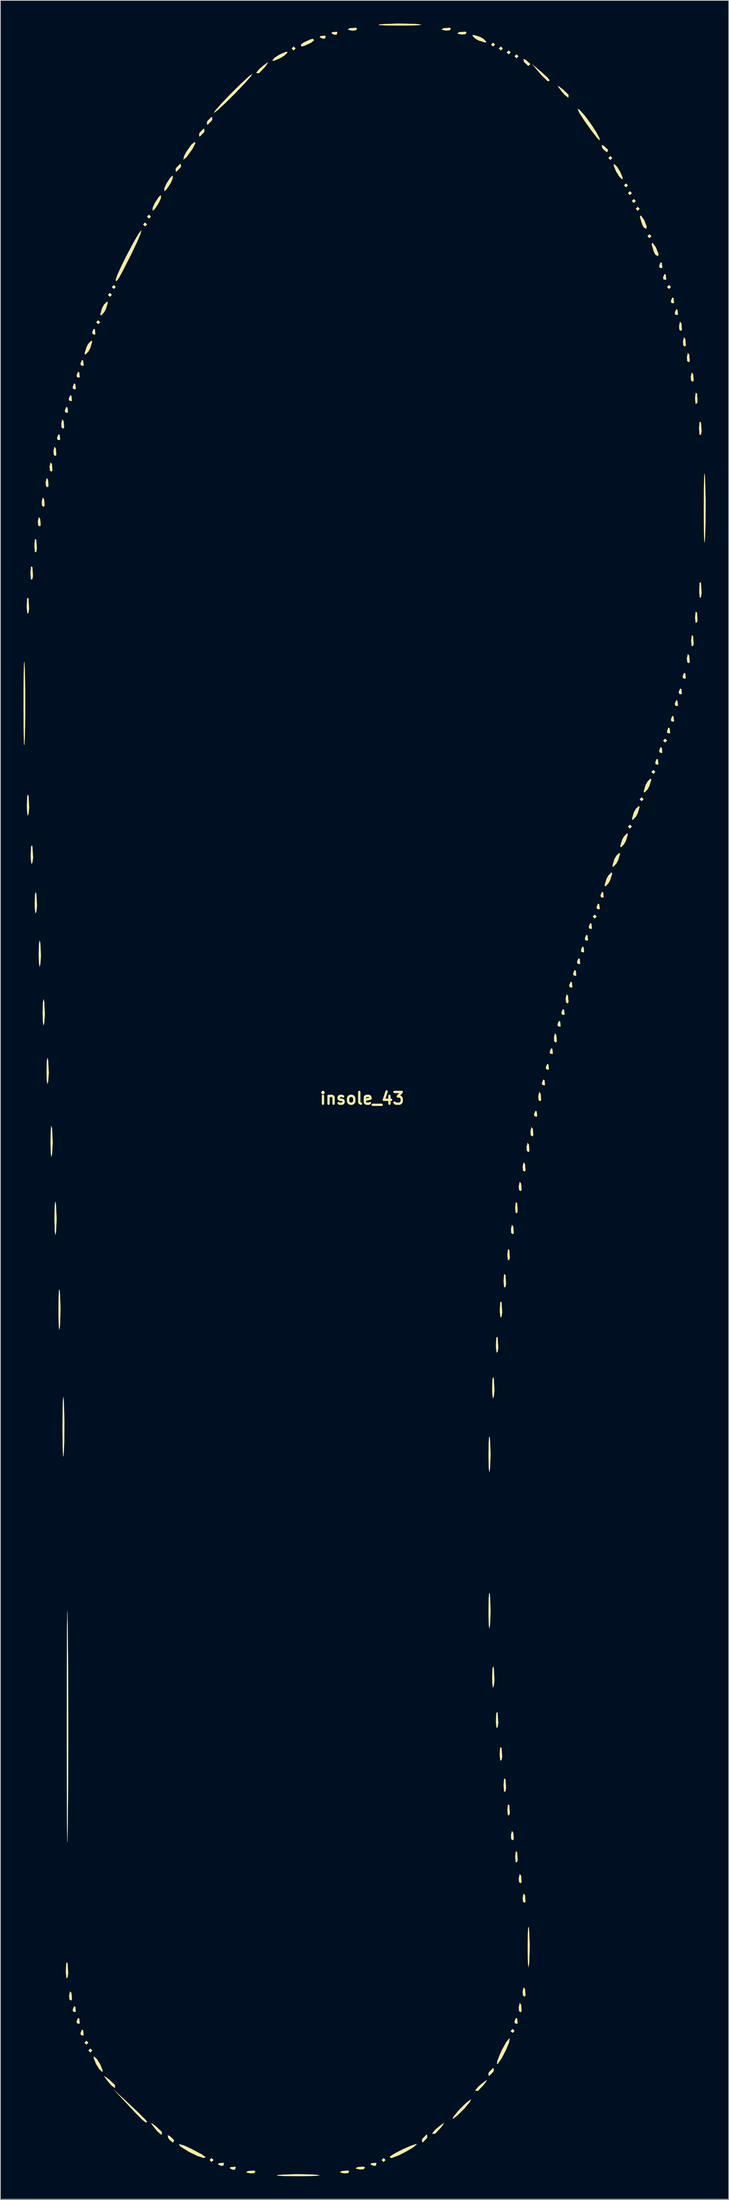
<source format=kicad_pcb>
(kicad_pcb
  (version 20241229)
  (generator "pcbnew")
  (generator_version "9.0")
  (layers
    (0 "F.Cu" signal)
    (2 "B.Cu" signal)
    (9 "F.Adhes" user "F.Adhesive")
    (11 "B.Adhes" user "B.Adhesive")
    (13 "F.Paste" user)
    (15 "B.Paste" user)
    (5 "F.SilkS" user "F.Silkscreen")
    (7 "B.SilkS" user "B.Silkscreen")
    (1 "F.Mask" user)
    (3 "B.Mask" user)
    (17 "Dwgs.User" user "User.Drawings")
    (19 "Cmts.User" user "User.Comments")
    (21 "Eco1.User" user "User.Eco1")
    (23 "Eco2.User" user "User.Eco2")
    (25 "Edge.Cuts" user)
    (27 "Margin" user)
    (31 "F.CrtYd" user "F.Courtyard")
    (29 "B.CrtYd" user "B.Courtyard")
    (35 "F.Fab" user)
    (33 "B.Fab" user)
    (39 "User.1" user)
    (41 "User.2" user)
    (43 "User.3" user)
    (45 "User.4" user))
  (footprint "insole_43"
    (layer "F.Cu")
    (at 43.992 139.648)
    (property "Reference" "insole_43" (at 0 0 0) (layer "F.SilkS") (effects (font (size 1.524 1.524) (thickness 0.3))))
    (attr through_hole)
    (fp_poly (pts (xy -35.56 122.682) (xy -35.814 122.936) (xy -36.068 122.682) (xy -35.814 122.428) (xy -35.56 122.682)) (stroke (width 0.01) (type solid)) (fill yes) (layer "F.SilkS"))
    (fp_poly (pts (xy -35.052 123.698) (xy -35.306 123.952) (xy -35.56 123.698) (xy -35.306 123.444) (xy -35.052 123.698)) (stroke (width 0.01) (type solid)) (fill yes) (layer "F.SilkS"))
    (fp_poly (pts (xy -34.036 -100.838) (xy -34.29 -100.584) (xy -34.544 -100.838) (xy -34.29 -101.092) (xy -34.036 -100.838)) (stroke (width 0.01) (type solid)) (fill yes) (layer "F.SilkS"))
    (fp_poly (pts (xy -32.512 -104.394) (xy -32.766 -104.14) (xy -33.02 -104.394) (xy -32.766 -104.648) (xy -32.512 -104.394)) (stroke (width 0.01) (type solid)) (fill yes) (layer "F.SilkS"))
    (fp_poly (pts (xy -32.004 -105.41) (xy -32.258 -105.156) (xy -32.512 -105.41) (xy -32.258 -105.664) (xy -32.004 -105.41)) (stroke (width 0.01) (type solid)) (fill yes) (layer "F.SilkS"))
    (fp_poly (pts (xy -27.94 -113.538) (xy -28.194 -113.284) (xy -28.448 -113.538) (xy -28.194 -113.792) (xy -27.94 -113.538)) (stroke (width 0.01) (type solid)) (fill yes) (layer "F.SilkS"))
    (fp_poly (pts (xy -27.432 -114.554) (xy -27.686 -114.3) (xy -27.94 -114.554) (xy -27.686 -114.808) (xy -27.432 -114.554)) (stroke (width 0.01) (type solid)) (fill yes) (layer "F.SilkS"))
    (fp_poly (pts (xy -19.304 137.922) (xy -19.558 138.176) (xy -19.812 137.922) (xy -19.558 137.668) (xy -19.304 137.922)) (stroke (width 0.01) (type solid)) (fill yes) (layer "F.SilkS"))
    (fp_poly (pts (xy -8.636 -136.398) (xy -8.89 -136.144) (xy -9.144 -136.398) (xy -8.89 -136.652) (xy -8.636 -136.398)) (stroke (width 0.01) (type solid)) (fill yes) (layer "F.SilkS"))
    (fp_poly (pts (xy 3.048 137.922) (xy 2.794 138.176) (xy 2.54 137.922) (xy 2.794 137.668) (xy 3.048 137.922)) (stroke (width 0.01) (type solid)) (fill yes) (layer "F.SilkS"))
    (fp_poly (pts (xy 17.272 -136.906) (xy 17.018 -136.652) (xy 16.764 -136.906) (xy 17.018 -137.16) (xy 17.272 -136.906)) (stroke (width 0.01) (type solid)) (fill yes) (layer "F.SilkS"))
    (fp_poly (pts (xy 18.288 -136.398) (xy 18.034 -136.144) (xy 17.78 -136.398) (xy 18.034 -136.652) (xy 18.288 -136.398)) (stroke (width 0.01) (type solid)) (fill yes) (layer "F.SilkS"))
    (fp_poly (pts (xy 19.304 -135.89) (xy 19.05 -135.636) (xy 18.796 -135.89) (xy 19.05 -136.144) (xy 19.304 -135.89)) (stroke (width 0.01) (type solid)) (fill yes) (layer "F.SilkS"))
    (fp_poly (pts (xy 19.812 121.158) (xy 19.558 121.412) (xy 19.304 121.158) (xy 19.558 120.904) (xy 19.812 121.158)) (stroke (width 0.01) (type solid)) (fill yes) (layer "F.SilkS"))
    (fp_poly (pts (xy 20.32 -135.382) (xy 20.066 -135.128) (xy 19.812 -135.382) (xy 20.066 -135.636) (xy 20.32 -135.382)) (stroke (width 0.01) (type solid)) (fill yes) (layer "F.SilkS"))
    (fp_poly (pts (xy 30.48 -23.622) (xy 30.226 -23.368) (xy 29.972 -23.622) (xy 30.226 -23.876) (xy 30.48 -23.622)) (stroke (width 0.01) (type solid)) (fill yes) (layer "F.SilkS"))
    (fp_poly (pts (xy 32.512 -122.174) (xy 32.258 -121.92) (xy 32.004 -122.174) (xy 32.258 -122.428) (xy 32.512 -122.174)) (stroke (width 0.01) (type solid)) (fill yes) (layer "F.SilkS"))
    (fp_poly (pts (xy 34.544 -118.618) (xy 34.29 -118.364) (xy 34.036 -118.618) (xy 34.29 -118.872) (xy 34.544 -118.618)) (stroke (width 0.01) (type solid)) (fill yes) (layer "F.SilkS"))
    (fp_poly (pts (xy 35.052 -117.602) (xy 34.798 -117.348) (xy 34.544 -117.602) (xy 34.798 -117.856) (xy 35.052 -117.602)) (stroke (width 0.01) (type solid)) (fill yes) (layer "F.SilkS"))
    (fp_poly (pts (xy 35.052 -35.306) (xy 34.798 -35.052) (xy 34.544 -35.306) (xy 34.798 -35.56) (xy 35.052 -35.306)) (stroke (width 0.01) (type solid)) (fill yes) (layer "F.SilkS"))
    (fp_poly (pts (xy 35.56 -116.586) (xy 35.306 -116.332) (xy 35.052 -116.586) (xy 35.306 -116.84) (xy 35.56 -116.586)) (stroke (width 0.01) (type solid)) (fill yes) (layer "F.SilkS"))
    (fp_poly (pts (xy 36.068 -115.57) (xy 35.814 -115.316) (xy 35.56 -115.57) (xy 35.814 -115.824) (xy 36.068 -115.57)) (stroke (width 0.01) (type solid)) (fill yes) (layer "F.SilkS"))
    (fp_poly (pts (xy 36.576 -38.862) (xy 36.322 -38.608) (xy 36.068 -38.862) (xy 36.322 -39.116) (xy 36.576 -38.862)) (stroke (width 0.01) (type solid)) (fill yes) (layer "F.SilkS"))
    (fp_poly (pts (xy 37.592 -112.014) (xy 37.338 -111.76) (xy 37.084 -112.014) (xy 37.338 -112.268) (xy 37.592 -112.014)) (stroke (width 0.01) (type solid)) (fill yes) (layer "F.SilkS"))
    (fp_poly (pts (xy 38.1 -42.418) (xy 37.846 -42.164) (xy 37.592 -42.418) (xy 37.846 -42.672) (xy 38.1 -42.418)) (stroke (width 0.01) (type solid)) (fill yes) (layer "F.SilkS"))
    (fp_poly (pts (xy 39.624 -46.482) (xy 39.37 -46.228) (xy 39.116 -46.482) (xy 39.37 -46.736) (xy 39.624 -46.482)) (stroke (width 0.01) (type solid)) (fill yes) (layer "F.SilkS"))
    (fp_poly (pts (xy 40.132 -105.41) (xy 39.878 -105.156) (xy 39.624 -105.41) (xy 39.878 -105.664) (xy 40.132 -105.41)) (stroke (width 0.01) (type solid)) (fill yes) (layer "F.SilkS"))
    (fp_poly (pts (xy -41.817 -75.279) (xy -41.756 -74.485) (xy -41.857 -74.306) (xy -42.088 -74.457) (xy -42.124 -74.972) (xy -42 -75.514) (xy -41.817 -75.279)) (stroke (width 0.01) (type solid)) (fill yes) (layer "F.SilkS"))
    (fp_poly (pts (xy -41.309 -77.819) (xy -41.248 -77.025) (xy -41.349 -76.846) (xy -41.58 -76.997) (xy -41.616 -77.512) (xy -41.492 -78.054) (xy -41.309 -77.819)) (stroke (width 0.01) (type solid)) (fill yes) (layer "F.SilkS"))
    (fp_poly (pts (xy -40.801 -80.359) (xy -40.74 -79.565) (xy -40.841 -79.386) (xy -41.072 -79.537) (xy -41.108 -80.052) (xy -40.984 -80.594) (xy -40.801 -80.359)) (stroke (width 0.01) (type solid)) (fill yes) (layer "F.SilkS"))
    (fp_poly (pts (xy -40.293 -82.391) (xy -40.232 -81.597) (xy -40.333 -81.418) (xy -40.564 -81.569) (xy -40.6 -82.084) (xy -40.476 -82.626) (xy -40.293 -82.391)) (stroke (width 0.01) (type solid)) (fill yes) (layer "F.SilkS"))
    (fp_poly (pts (xy -39.785 -84.423) (xy -39.724 -83.629) (xy -39.825 -83.45) (xy -40.056 -83.601) (xy -40.092 -84.116) (xy -39.968 -84.658) (xy -39.785 -84.423)) (stroke (width 0.01) (type solid)) (fill yes) (layer "F.SilkS"))
    (fp_poly (pts (xy -39.285 -86.191) (xy -39.225 -85.588) (xy -39.285 -85.513) (xy -39.587 -85.583) (xy -39.624 -85.852) (xy -39.438 -86.27) (xy -39.285 -86.191)) (stroke (width 0.01) (type solid)) (fill yes) (layer "F.SilkS"))
    (fp_poly (pts (xy -38.769 -87.979) (xy -38.708 -87.185) (xy -38.809 -87.006) (xy -39.04 -87.157) (xy -39.076 -87.672) (xy -38.952 -88.214) (xy -38.769 -87.979)) (stroke (width 0.01) (type solid)) (fill yes) (layer "F.SilkS"))
    (fp_poly (pts (xy -38.269 -89.747) (xy -38.209 -89.144) (xy -38.269 -89.069) (xy -38.571 -89.139) (xy -38.608 -89.408) (xy -38.422 -89.826) (xy -38.269 -89.747)) (stroke (width 0.01) (type solid)) (fill yes) (layer "F.SilkS"))
    (fp_poly (pts (xy -37.761 -91.271) (xy -37.701 -90.668) (xy -37.761 -90.593) (xy -38.063 -90.663) (xy -38.1 -90.932) (xy -37.914 -91.35) (xy -37.761 -91.271)) (stroke (width 0.01) (type solid)) (fill yes) (layer "F.SilkS"))
    (fp_poly (pts (xy -37.753 116.237) (xy -37.692 117.031) (xy -37.793 117.21) (xy -38.024 117.059) (xy -38.06 116.544) (xy -37.936 116.002) (xy -37.753 116.237)) (stroke (width 0.01) (type solid)) (fill yes) (layer "F.SilkS"))
    (fp_poly (pts (xy -37.253 -92.795) (xy -37.193 -92.192) (xy -37.253 -92.117) (xy -37.555 -92.187) (xy -37.592 -92.456) (xy -37.406 -92.874) (xy -37.253 -92.795)) (stroke (width 0.01) (type solid)) (fill yes) (layer "F.SilkS"))
    (fp_poly (pts (xy -37.253 118.025) (xy -37.193 118.628) (xy -37.253 118.703) (xy -37.555 118.633) (xy -37.592 118.364) (xy -37.406 117.946) (xy -37.253 118.025)) (stroke (width 0.01) (type solid)) (fill yes) (layer "F.SilkS"))
    (fp_poly (pts (xy -36.745 -94.319) (xy -36.685 -93.716) (xy -36.745 -93.641) (xy -37.047 -93.711) (xy -37.084 -93.98) (xy -36.898 -94.398) (xy -36.745 -94.319)) (stroke (width 0.01) (type solid)) (fill yes) (layer "F.SilkS"))
    (fp_poly (pts (xy -36.745 119.549) (xy -36.685 120.152) (xy -36.745 120.227) (xy -37.047 120.157) (xy -37.084 119.888) (xy -36.898 119.47) (xy -36.745 119.549)) (stroke (width 0.01) (type solid)) (fill yes) (layer "F.SilkS"))
    (fp_poly (pts (xy -36.237 -95.843) (xy -36.177 -95.24) (xy -36.237 -95.165) (xy -36.539 -95.235) (xy -36.576 -95.504) (xy -36.39 -95.922) (xy -36.237 -95.843)) (stroke (width 0.01) (type solid)) (fill yes) (layer "F.SilkS"))
    (fp_poly (pts (xy -36.237 121.073) (xy -36.177 121.676) (xy -36.237 121.751) (xy -36.539 121.681) (xy -36.576 121.412) (xy -36.39 120.994) (xy -36.237 121.073)) (stroke (width 0.01) (type solid)) (fill yes) (layer "F.SilkS"))
    (fp_poly (pts (xy -34.713 -99.907) (xy -34.653 -99.304) (xy -34.713 -99.229) (xy -35.015 -99.299) (xy -35.052 -99.568) (xy -34.866 -99.986) (xy -34.713 -99.907)) (stroke (width 0.01) (type solid)) (fill yes) (layer "F.SilkS"))
    (fp_poly (pts (xy -17.949 138.345) (xy -18.019 138.647) (xy -18.288 138.684) (xy -18.706 138.498) (xy -18.627 138.345) (xy -18.024 138.285) (xy -17.949 138.345)) (stroke (width 0.01) (type solid)) (fill yes) (layer "F.SilkS"))
    (fp_poly (pts (xy -16.425 138.853) (xy -16.495 139.155) (xy -16.764 139.192) (xy -17.182 139.006) (xy -17.103 138.853) (xy -16.5 138.793) (xy -16.425 138.853)) (stroke (width 0.01) (type solid)) (fill yes) (layer "F.SilkS"))
    (fp_poly (pts (xy -13.854 139.393) (xy -14.005 139.624) (xy -14.52 139.66) (xy -15.062 139.536) (xy -14.827 139.353) (xy -14.033 139.292) (xy -13.854 139.393)) (stroke (width 0.01) (type solid)) (fill yes) (layer "F.SilkS"))
    (fp_poly (pts (xy -4.741 -138.007) (xy -4.811 -137.705) (xy -5.08 -137.668) (xy -5.498 -137.854) (xy -5.419 -138.007) (xy -4.816 -138.067) (xy -4.741 -138.007)) (stroke (width 0.01) (type solid)) (fill yes) (layer "F.SilkS"))
    (fp_poly (pts (xy -3.217 -138.515) (xy -3.287 -138.213) (xy -3.556 -138.176) (xy -3.974 -138.362) (xy -3.895 -138.515) (xy -3.292 -138.575) (xy -3.217 -138.515)) (stroke (width 0.01) (type solid)) (fill yes) (layer "F.SilkS"))
    (fp_poly (pts (xy -1.662 139.393) (xy -1.813 139.624) (xy -2.328 139.66) (xy -2.87 139.536) (xy -2.635 139.353) (xy -1.841 139.292) (xy -1.662 139.393)) (stroke (width 0.01) (type solid)) (fill yes) (layer "F.SilkS"))
    (fp_poly (pts (xy -0.646 -138.991) (xy -0.797 -138.76) (xy -1.312 -138.724) (xy -1.854 -138.848) (xy -1.619 -139.031) (xy -0.825 -139.092) (xy -0.646 -138.991)) (stroke (width 0.01) (type solid)) (fill yes) (layer "F.SilkS"))
    (fp_poly (pts (xy 0.37 138.885) (xy 0.219 139.116) (xy -0.296 139.152) (xy -0.838 139.028) (xy -0.603 138.845) (xy 0.191 138.784) (xy 0.37 138.885)) (stroke (width 0.01) (type solid)) (fill yes) (layer "F.SilkS"))
    (fp_poly (pts (xy 1.863 138.345) (xy 1.793 138.647) (xy 1.524 138.684) (xy 1.106 138.498) (xy 1.185 138.345) (xy 1.788 138.285) (xy 1.863 138.345)) (stroke (width 0.01) (type solid)) (fill yes) (layer "F.SilkS"))
    (fp_poly (pts (xy 11.546 -138.991) (xy 11.395 -138.76) (xy 10.88 -138.724) (xy 10.338 -138.848) (xy 10.573 -139.031) (xy 11.367 -139.092) (xy 11.546 -138.991)) (stroke (width 0.01) (type solid)) (fill yes) (layer "F.SilkS"))
    (fp_poly (pts (xy 13.578 -138.483) (xy 13.427 -138.252) (xy 12.912 -138.216) (xy 12.37 -138.34) (xy 12.605 -138.523) (xy 13.399 -138.584) (xy 13.578 -138.483)) (stroke (width 0.01) (type solid)) (fill yes) (layer "F.SilkS"))
    (fp_poly (pts (xy 19.132 19.685) (xy 19.2 20.725) (xy 19.132 20.955) (xy 18.947 21.019) (xy 18.876 20.32) (xy 18.956 19.599) (xy 19.132 19.685)) (stroke (width 0.01) (type solid)) (fill yes) (layer "F.SilkS"))
    (fp_poly (pts (xy 19.132 91.821) (xy 19.2 92.861) (xy 19.132 93.091) (xy 18.947 93.155) (xy 18.876 92.456) (xy 18.956 91.735) (xy 19.132 91.821)) (stroke (width 0.01) (type solid)) (fill yes) (layer "F.SilkS"))
    (fp_poly (pts (xy 19.651 16.669) (xy 19.712 17.463) (xy 19.611 17.642) (xy 19.38 17.491) (xy 19.344 16.976) (xy 19.468 16.434) (xy 19.651 16.669)) (stroke (width 0.01) (type solid)) (fill yes) (layer "F.SilkS"))
    (fp_poly (pts (xy 19.651 95.409) (xy 19.712 96.203) (xy 19.611 96.382) (xy 19.38 96.231) (xy 19.344 95.716) (xy 19.468 95.174) (xy 19.651 95.409)) (stroke (width 0.01) (type solid)) (fill yes) (layer "F.SilkS"))
    (fp_poly (pts (xy 20.148 13.589) (xy 20.216 14.629) (xy 20.148 14.859) (xy 19.963 14.923) (xy 19.892 14.224) (xy 19.972 13.503) (xy 20.148 13.589)) (stroke (width 0.01) (type solid)) (fill yes) (layer "F.SilkS"))
    (fp_poly (pts (xy 20.148 97.917) (xy 20.216 98.957) (xy 20.148 99.187) (xy 19.963 99.251) (xy 19.892 98.552) (xy 19.972 97.831) (xy 20.148 97.917)) (stroke (width 0.01) (type solid)) (fill yes) (layer "F.SilkS"))
    (fp_poly (pts (xy 20.151 119.549) (xy 20.211 120.152) (xy 20.151 120.227) (xy 19.849 120.157) (xy 19.812 119.888) (xy 19.998 119.47) (xy 20.151 119.549)) (stroke (width 0.01) (type solid)) (fill yes) (layer "F.SilkS"))
    (fp_poly (pts (xy 20.667 11.081) (xy 20.728 11.875) (xy 20.627 12.054) (xy 20.396 11.903) (xy 20.36 11.388) (xy 20.484 10.846) (xy 20.667 11.081)) (stroke (width 0.01) (type solid)) (fill yes) (layer "F.SilkS"))
    (fp_poly (pts (xy 20.667 100.997) (xy 20.728 101.791) (xy 20.627 101.97) (xy 20.396 101.819) (xy 20.36 101.304) (xy 20.484 100.762) (xy 20.667 100.997)) (stroke (width 0.01) (type solid)) (fill yes) (layer "F.SilkS"))
    (fp_poly (pts (xy 20.667 117.761) (xy 20.728 118.555) (xy 20.627 118.734) (xy 20.396 118.583) (xy 20.36 118.068) (xy 20.484 117.526) (xy 20.667 117.761)) (stroke (width 0.01) (type solid)) (fill yes) (layer "F.SilkS"))
    (fp_poly (pts (xy 21.175 8.541) (xy 21.236 9.335) (xy 21.135 9.514) (xy 20.904 9.363) (xy 20.868 8.848) (xy 20.992 8.306) (xy 21.175 8.541)) (stroke (width 0.01) (type solid)) (fill yes) (layer "F.SilkS"))
    (fp_poly (pts (xy 21.175 103.537) (xy 21.236 104.331) (xy 21.135 104.51) (xy 20.904 104.359) (xy 20.868 103.844) (xy 20.992 103.302) (xy 21.175 103.537)) (stroke (width 0.01) (type solid)) (fill yes) (layer "F.SilkS"))
    (fp_poly (pts (xy 21.175 115.729) (xy 21.236 116.523) (xy 21.135 116.702) (xy 20.904 116.551) (xy 20.868 116.036) (xy 20.992 115.494) (xy 21.175 115.729)) (stroke (width 0.01) (type solid)) (fill yes) (layer "F.SilkS"))
    (fp_poly (pts (xy 21.683 6.001) (xy 21.744 6.795) (xy 21.643 6.974) (xy 21.412 6.823) (xy 21.376 6.308) (xy 21.5 5.766) (xy 21.683 6.001)) (stroke (width 0.01) (type solid)) (fill yes) (layer "F.SilkS"))
    (fp_poly (pts (xy 22.191 3.969) (xy 22.252 4.763) (xy 22.151 4.942) (xy 21.92 4.791) (xy 21.884 4.276) (xy 22.008 3.734) (xy 22.191 3.969)) (stroke (width 0.01) (type solid)) (fill yes) (layer "F.SilkS"))
    (fp_poly (pts (xy 22.691 1.693) (xy 22.751 2.296) (xy 22.691 2.371) (xy 22.389 2.301) (xy 22.352 2.032) (xy 22.538 1.614) (xy 22.691 1.693)) (stroke (width 0.01) (type solid)) (fill yes) (layer "F.SilkS"))
    (fp_poly (pts (xy 23.207 -0.603) (xy 23.268 0.191) (xy 23.167 0.37) (xy 22.936 0.219) (xy 22.9 -0.296) (xy 23.024 -0.838) (xy 23.207 -0.603)) (stroke (width 0.01) (type solid)) (fill yes) (layer "F.SilkS"))
    (fp_poly (pts (xy 23.707 -2.371) (xy 23.767 -1.768) (xy 23.707 -1.693) (xy 23.405 -1.763) (xy 23.368 -2.032) (xy 23.554 -2.45) (xy 23.707 -2.371)) (stroke (width 0.01) (type solid)) (fill yes) (layer "F.SilkS"))
    (fp_poly (pts (xy 24.215 -4.403) (xy 24.275 -3.8) (xy 24.215 -3.725) (xy 23.913 -3.795) (xy 23.876 -4.064) (xy 24.062 -4.482) (xy 24.215 -4.403)) (stroke (width 0.01) (type solid)) (fill yes) (layer "F.SilkS"))
    (fp_poly (pts (xy 24.723 -6.435) (xy 24.783 -5.832) (xy 24.723 -5.757) (xy 24.421 -5.827) (xy 24.384 -6.096) (xy 24.57 -6.514) (xy 24.723 -6.435)) (stroke (width 0.01) (type solid)) (fill yes) (layer "F.SilkS"))
    (fp_poly (pts (xy 25.239 -8.223) (xy 25.3 -7.429) (xy 25.199 -7.25) (xy 24.968 -7.401) (xy 24.932 -7.916) (xy 25.056 -8.458) (xy 25.239 -8.223)) (stroke (width 0.01) (type solid)) (fill yes) (layer "F.SilkS"))
    (fp_poly (pts (xy 25.739 -9.991) (xy 25.799 -9.388) (xy 25.739 -9.313) (xy 25.437 -9.383) (xy 25.4 -9.652) (xy 25.586 -10.07) (xy 25.739 -9.991)) (stroke (width 0.01) (type solid)) (fill yes) (layer "F.SilkS"))
    (fp_poly (pts (xy 26.247 -11.515) (xy 26.307 -10.912) (xy 26.247 -10.837) (xy 25.945 -10.907) (xy 25.908 -11.176) (xy 26.094 -11.594) (xy 26.247 -11.515)) (stroke (width 0.01) (type solid)) (fill yes) (layer "F.SilkS"))
    (fp_poly (pts (xy 26.763 -13.303) (xy 26.824 -12.509) (xy 26.723 -12.33) (xy 26.492 -12.481) (xy 26.456 -12.996) (xy 26.58 -13.538) (xy 26.763 -13.303)) (stroke (width 0.01) (type solid)) (fill yes) (layer "F.SilkS"))
    (fp_poly (pts (xy 27.263 -15.071) (xy 27.323 -14.468) (xy 27.263 -14.393) (xy 26.961 -14.463) (xy 26.924 -14.732) (xy 27.11 -15.15) (xy 27.263 -15.071)) (stroke (width 0.01) (type solid)) (fill yes) (layer "F.SilkS"))
    (fp_poly (pts (xy 27.771 -16.595) (xy 27.831 -15.992) (xy 27.771 -15.917) (xy 27.469 -15.987) (xy 27.432 -16.256) (xy 27.618 -16.674) (xy 27.771 -16.595)) (stroke (width 0.01) (type solid)) (fill yes) (layer "F.SilkS"))
    (fp_poly (pts (xy 28.279 -18.119) (xy 28.339 -17.516) (xy 28.279 -17.441) (xy 27.977 -17.511) (xy 27.94 -17.78) (xy 28.126 -18.198) (xy 28.279 -18.119)) (stroke (width 0.01) (type solid)) (fill yes) (layer "F.SilkS"))
    (fp_poly (pts (xy 28.787 -19.643) (xy 28.847 -19.04) (xy 28.787 -18.965) (xy 28.485 -19.035) (xy 28.448 -19.304) (xy 28.634 -19.722) (xy 28.787 -19.643)) (stroke (width 0.01) (type solid)) (fill yes) (layer "F.SilkS"))
    (fp_poly (pts (xy 29.295 -21.167) (xy 29.355 -20.564) (xy 29.295 -20.489) (xy 28.993 -20.559) (xy 28.956 -20.828) (xy 29.142 -21.246) (xy 29.295 -21.167)) (stroke (width 0.01) (type solid)) (fill yes) (layer "F.SilkS"))
    (fp_poly (pts (xy 29.803 -22.691) (xy 29.863 -22.088) (xy 29.803 -22.013) (xy 29.501 -22.083) (xy 29.464 -22.352) (xy 29.65 -22.77) (xy 29.803 -22.691)) (stroke (width 0.01) (type solid)) (fill yes) (layer "F.SilkS"))
    (fp_poly (pts (xy 30.819 -25.231) (xy 30.879 -24.628) (xy 30.819 -24.553) (xy 30.517 -24.623) (xy 30.48 -24.892) (xy 30.666 -25.31) (xy 30.819 -25.231)) (stroke (width 0.01) (type solid)) (fill yes) (layer "F.SilkS"))
    (fp_poly (pts (xy 31.327 -26.755) (xy 31.387 -26.152) (xy 31.327 -26.077) (xy 31.025 -26.147) (xy 30.988 -26.416) (xy 31.174 -26.834) (xy 31.327 -26.755)) (stroke (width 0.01) (type solid)) (fill yes) (layer "F.SilkS"))
    (fp_poly (pts (xy 38.439 -44.027) (xy 38.499 -43.424) (xy 38.439 -43.349) (xy 38.137 -43.419) (xy 38.1 -43.688) (xy 38.286 -44.106) (xy 38.439 -44.027)) (stroke (width 0.01) (type solid)) (fill yes) (layer "F.SilkS"))
    (fp_poly (pts (xy 38.947 -108.543) (xy 39.007 -107.94) (xy 38.947 -107.865) (xy 38.645 -107.935) (xy 38.608 -108.204) (xy 38.794 -108.622) (xy 38.947 -108.543)) (stroke (width 0.01) (type solid)) (fill yes) (layer "F.SilkS"))
    (fp_poly (pts (xy 38.947 -45.551) (xy 39.007 -44.948) (xy 38.947 -44.873) (xy 38.645 -44.943) (xy 38.608 -45.212) (xy 38.794 -45.63) (xy 38.947 -45.551)) (stroke (width 0.01) (type solid)) (fill yes) (layer "F.SilkS"))
    (fp_poly (pts (xy 39.455 -107.019) (xy 39.515 -106.416) (xy 39.455 -106.341) (xy 39.153 -106.411) (xy 39.116 -106.68) (xy 39.302 -107.098) (xy 39.455 -107.019)) (stroke (width 0.01) (type solid)) (fill yes) (layer "F.SilkS"))
    (fp_poly (pts (xy 39.963 -48.091) (xy 40.023 -47.488) (xy 39.963 -47.413) (xy 39.661 -47.483) (xy 39.624 -47.752) (xy 39.81 -48.17) (xy 39.963 -48.091)) (stroke (width 0.01) (type solid)) (fill yes) (layer "F.SilkS"))
    (fp_poly (pts (xy 40.471 -103.971) (xy 40.531 -103.368) (xy 40.471 -103.293) (xy 40.169 -103.363) (xy 40.132 -103.632) (xy 40.318 -104.05) (xy 40.471 -103.971)) (stroke (width 0.01) (type solid)) (fill yes) (layer "F.SilkS"))
    (fp_poly (pts (xy 40.471 -49.615) (xy 40.531 -49.012) (xy 40.471 -48.937) (xy 40.169 -49.007) (xy 40.132 -49.276) (xy 40.318 -49.694) (xy 40.471 -49.615)) (stroke (width 0.01) (type solid)) (fill yes) (layer "F.SilkS"))
    (fp_poly (pts (xy 40.979 -102.447) (xy 41.039 -101.844) (xy 40.979 -101.769) (xy 40.677 -101.839) (xy 40.64 -102.108) (xy 40.826 -102.526) (xy 40.979 -102.447)) (stroke (width 0.01) (type solid)) (fill yes) (layer "F.SilkS"))
    (fp_poly (pts (xy 40.979 -51.647) (xy 41.039 -51.044) (xy 40.979 -50.969) (xy 40.677 -51.039) (xy 40.64 -51.308) (xy 40.826 -51.726) (xy 40.979 -51.647)) (stroke (width 0.01) (type solid)) (fill yes) (layer "F.SilkS"))
    (fp_poly (pts (xy 41.487 -53.171) (xy 41.547 -52.568) (xy 41.487 -52.493) (xy 41.185 -52.563) (xy 41.148 -52.832) (xy 41.334 -53.25) (xy 41.487 -53.171)) (stroke (width 0.01) (type solid)) (fill yes) (layer "F.SilkS"))
    (fp_poly (pts (xy 41.495 -100.679) (xy 41.556 -99.885) (xy 41.455 -99.706) (xy 41.224 -99.857) (xy 41.188 -100.372) (xy 41.312 -100.914) (xy 41.495 -100.679)) (stroke (width 0.01) (type solid)) (fill yes) (layer "F.SilkS"))
    (fp_poly (pts (xy 41.995 -55.203) (xy 42.055 -54.6) (xy 41.995 -54.525) (xy 41.693 -54.595) (xy 41.656 -54.864) (xy 41.842 -55.282) (xy 41.995 -55.203)) (stroke (width 0.01) (type solid)) (fill yes) (layer "F.SilkS"))
    (fp_poly (pts (xy 42.003 -98.647) (xy 42.064 -97.853) (xy 41.963 -97.674) (xy 41.732 -97.825) (xy 41.696 -98.34) (xy 41.82 -98.882) (xy 42.003 -98.647)) (stroke (width 0.01) (type solid)) (fill yes) (layer "F.SilkS"))
    (fp_poly (pts (xy 42.511 -96.615) (xy 42.572 -95.821) (xy 42.471 -95.642) (xy 42.24 -95.793) (xy 42.204 -96.308) (xy 42.328 -96.85) (xy 42.511 -96.615)) (stroke (width 0.01) (type solid)) (fill yes) (layer "F.SilkS"))
    (fp_poly (pts (xy 42.511 -57.499) (xy 42.572 -56.705) (xy 42.471 -56.526) (xy 42.24 -56.677) (xy 42.204 -57.192) (xy 42.328 -57.734) (xy 42.511 -57.499)) (stroke (width 0.01) (type solid)) (fill yes) (layer "F.SilkS"))
    (fp_poly (pts (xy 43.008 -60.071) (xy 43.076 -59.031) (xy 43.008 -58.801) (xy 42.823 -58.737) (xy 42.752 -59.436) (xy 42.832 -60.157) (xy 43.008 -60.071)) (stroke (width 0.01) (type solid)) (fill yes) (layer "F.SilkS"))
    (fp_poly (pts (xy 43.019 -94.075) (xy 43.08 -93.281) (xy 42.979 -93.102) (xy 42.748 -93.253) (xy 42.712 -93.768) (xy 42.836 -94.31) (xy 43.019 -94.075)) (stroke (width 0.01) (type solid)) (fill yes) (layer "F.SilkS"))
    (fp_poly (pts (xy 43.516 -91.567) (xy 43.584 -90.527) (xy 43.516 -90.297) (xy 43.331 -90.233) (xy 43.26 -90.932) (xy 43.34 -91.653) (xy 43.516 -91.567)) (stroke (width 0.01) (type solid)) (fill yes) (layer "F.SilkS"))
    (fp_poly (pts (xy 43.516 -63.119) (xy 43.584 -62.079) (xy 43.516 -61.849) (xy 43.331 -61.785) (xy 43.26 -62.484) (xy 43.34 -63.205) (xy 43.516 -63.119)) (stroke (width 0.01) (type solid)) (fill yes) (layer "F.SilkS"))
    (fp_poly (pts (xy -24.97 134.825) (xy -24.425 135.337) (xy -24.537 135.631) (xy -24.608 135.636) (xy -25.038 135.275) (xy -25.195 135.05) (xy -25.254 134.702) (xy -24.97 134.825)) (stroke (width 0.01) (type solid)) (fill yes) (layer "F.SilkS"))
    (fp_poly (pts (xy 21.258 -134.923) (xy 21.799 -134.45) (xy 21.844 -134.336) (xy 21.603 -134.127) (xy 21.101 -134.595) (xy 21.033 -134.698) (xy 20.974 -135.046) (xy 21.258 -134.923)) (stroke (width 0.01) (type solid)) (fill yes) (layer "F.SilkS"))
    (fp_poly (pts (xy 23.241 -133.398) (xy 24.055 -132.657) (xy 24.384 -132.255) (xy 24.151 -132.127) (xy 23.425 -132.81) (xy 23.066 -133.223) (xy 22.098 -134.366) (xy 23.241 -133.398)) (stroke (width 0.01) (type solid)) (fill yes) (layer "F.SilkS"))
    (fp_poly (pts (xy 31.418 -123.747) (xy 31.963 -123.235) (xy 31.851 -122.941) (xy 31.78 -122.936) (xy 31.35 -123.297) (xy 31.193 -123.522) (xy 31.134 -123.87) (xy 31.418 -123.747)) (stroke (width 0.01) (type solid)) (fill yes) (layer "F.SilkS"))
    (fp_poly (pts (xy 36.638 -114.135) (xy 36.975 -113.293) (xy 36.939 -112.97) (xy 36.593 -113.151) (xy 36.385 -113.558) (xy 36.097 -114.522) (xy 36.215 -114.715) (xy 36.638 -114.135)) (stroke (width 0.01) (type solid)) (fill yes) (layer "F.SilkS"))
    (fp_poly (pts (xy 38.162 -110.579) (xy 38.499 -109.737) (xy 38.463 -109.414) (xy 38.117 -109.595) (xy 37.909 -110.002) (xy 37.621 -110.966) (xy 37.739 -111.159) (xy 38.162 -110.579)) (stroke (width 0.01) (type solid)) (fill yes) (layer "F.SilkS"))
    (fp_poly (pts (xy -43.338 -64.897) (xy -43.259 -63.609) (xy -43.338 -63.119) (xy -43.485 -62.961) (xy -43.565 -63.663) (xy -43.57 -64.008) (xy -43.517 -64.932) (xy -43.385 -65.041) (xy -43.338 -64.897)) (stroke (width 0.01) (type solid)) (fill yes) (layer "F.SilkS"))
    (fp_poly (pts (xy -43.329 -39.243) (xy -43.245 -37.763) (xy -43.329 -36.957) (xy -43.455 -36.716) (xy -43.535 -37.355) (xy -43.55 -38.1) (xy -43.51 -39.199) (xy -43.409 -39.5) (xy -43.329 -39.243)) (stroke (width 0.01) (type solid)) (fill yes) (layer "F.SilkS"))
    (fp_poly (pts (xy -42.853 -69.039) (xy -42.828 -68.951) (xy -42.754 -67.845) (xy -42.847 -67.427) (xy -43.014 -67.41) (xy -43.082 -68.206) (xy -43.081 -68.326) (xy -43.008 -69.114) (xy -42.853 -69.039)) (stroke (width 0.01) (type solid)) (fill yes) (layer "F.SilkS"))
    (fp_poly (pts (xy -42.821 -32.633) (xy -42.739 -31.309) (xy -42.831 -30.601) (xy -42.968 -30.482) (xy -43.045 -31.212) (xy -43.052 -31.75) (xy -43.002 -32.734) (xy -42.887 -32.883) (xy -42.821 -32.633)) (stroke (width 0.01) (type solid)) (fill yes) (layer "F.SilkS"))
    (fp_poly (pts (xy -42.345 -72.595) (xy -42.32 -72.507) (xy -42.246 -71.401) (xy -42.339 -70.983) (xy -42.506 -70.966) (xy -42.574 -71.762) (xy -42.573 -71.882) (xy -42.5 -72.67) (xy -42.345 -72.595)) (stroke (width 0.01) (type solid)) (fill yes) (layer "F.SilkS"))
    (fp_poly (pts (xy -42.313 -26.543) (xy -42.229 -25.063) (xy -42.313 -24.257) (xy -42.439 -24.016) (xy -42.519 -24.655) (xy -42.534 -25.4) (xy -42.494 -26.499) (xy -42.393 -26.8) (xy -42.313 -26.543)) (stroke (width 0.01) (type solid)) (fill yes) (layer "F.SilkS"))
    (fp_poly (pts (xy -41.8 -20.193) (xy -41.715 -18.552) (xy -41.8 -17.399) (xy -41.911 -17.084) (xy -41.987 -17.661) (xy -42.012 -18.796) (xy -41.98 -20.05) (xy -41.898 -20.52) (xy -41.8 -20.193)) (stroke (width 0.01) (type solid)) (fill yes) (layer "F.SilkS"))
    (fp_poly (pts (xy -41.292 -12.573) (xy -41.207 -10.932) (xy -41.292 -9.779) (xy -41.403 -9.464) (xy -41.479 -10.041) (xy -41.504 -11.176) (xy -41.472 -12.43) (xy -41.39 -12.9) (xy -41.292 -12.573)) (stroke (width 0.01) (type solid)) (fill yes) (layer "F.SilkS"))
    (fp_poly (pts (xy -40.784 -4.953) (xy -40.699 -3.312) (xy -40.784 -2.159) (xy -40.895 -1.844) (xy -40.971 -2.421) (xy -40.996 -3.556) (xy -40.964 -4.81) (xy -40.882 -5.28) (xy -40.784 -4.953)) (stroke (width 0.01) (type solid)) (fill yes) (layer "F.SilkS"))
    (fp_poly (pts (xy -38.258 112.395) (xy -38.179 113.683) (xy -38.258 114.173) (xy -38.405 114.331) (xy -38.485 113.629) (xy -38.49 113.284) (xy -38.437 112.36) (xy -38.305 112.251) (xy -38.258 112.395)) (stroke (width 0.01) (type solid)) (fill yes) (layer "F.SilkS"))
    (fp_poly (pts (xy -35.068 -98.298) (xy -35.32 -97.463) (xy -35.56 -97.028) (xy -35.963 -96.621) (xy -36.052 -96.774) (xy -35.8 -97.609) (xy -35.56 -98.044) (xy -35.157 -98.451) (xy -35.068 -98.298)) (stroke (width 0.01) (type solid)) (fill yes) (layer "F.SilkS"))
    (fp_poly (pts (xy -34.426 124.849) (xy -34.036 125.476) (xy -33.709 126.261) (xy -33.746 126.492) (xy -34.154 126.103) (xy -34.544 125.476) (xy -34.871 124.691) (xy -34.834 124.46) (xy -34.426 124.849)) (stroke (width 0.01) (type solid)) (fill yes) (layer "F.SilkS"))
    (fp_poly (pts (xy -33.261 127.159) (xy -32.893 127.443) (xy -32.103 128.185) (xy -32.107 128.516) (xy -32.196 128.524) (xy -32.62 128.177) (xy -33.085 127.635) (xy -33.524 127.033) (xy -33.261 127.159)) (stroke (width 0.01) (type solid)) (fill yes) (layer "F.SilkS"))
    (fp_poly (pts (xy -33.036 -103.378) (xy -33.288 -102.543) (xy -33.528 -102.108) (xy -33.931 -101.701) (xy -34.02 -101.854) (xy -33.768 -102.689) (xy -33.528 -103.124) (xy -33.125 -103.531) (xy -33.036 -103.378)) (stroke (width 0.01) (type solid)) (fill yes) (layer "F.SilkS"))
    (fp_poly (pts (xy -27.165 133.255) (xy -26.797 133.539) (xy -26.007 134.281) (xy -26.011 134.612) (xy -26.1 134.62) (xy -26.524 134.273) (xy -26.989 133.731) (xy -27.428 133.129) (xy -27.165 133.255)) (stroke (width 0.01) (type solid)) (fill yes) (layer "F.SilkS"))
    (fp_poly (pts (xy -26.13 -116.975) (xy -26.416 -116.332) (xy -26.941 -115.534) (xy -27.214 -115.316) (xy -27.21 -115.689) (xy -26.924 -116.332) (xy -26.399 -117.13) (xy -26.126 -117.348) (xy -26.13 -116.975)) (stroke (width 0.01) (type solid)) (fill yes) (layer "F.SilkS"))
    (fp_poly (pts (xy -24.606 -119.515) (xy -24.892 -118.872) (xy -25.417 -118.074) (xy -25.69 -117.856) (xy -25.686 -118.229) (xy -25.4 -118.872) (xy -24.875 -119.67) (xy -24.602 -119.888) (xy -24.606 -119.515)) (stroke (width 0.01) (type solid)) (fill yes) (layer "F.SilkS"))
    (fp_poly (pts (xy -23.527 -121.084) (xy -23.622 -120.904) (xy -24.101 -120.419) (xy -24.19 -120.396) (xy -24.225 -120.724) (xy -24.13 -120.904) (xy -23.651 -121.389) (xy -23.562 -121.412) (xy -23.527 -121.084)) (stroke (width 0.01) (type solid)) (fill yes) (layer "F.SilkS"))
    (fp_poly (pts (xy -20.479 -125.656) (xy -20.574 -125.476) (xy -21.053 -124.991) (xy -21.142 -124.968) (xy -21.177 -125.296) (xy -21.082 -125.476) (xy -20.603 -125.961) (xy -20.514 -125.984) (xy -20.479 -125.656)) (stroke (width 0.01) (type solid)) (fill yes) (layer "F.SilkS"))
    (fp_poly (pts (xy -19.463 -127.18) (xy -19.558 -127) (xy -20.037 -126.515) (xy -20.126 -126.492) (xy -20.161 -126.82) (xy -20.066 -127) (xy -19.587 -127.485) (xy -19.498 -127.508) (xy -19.463 -127.18)) (stroke (width 0.01) (type solid)) (fill yes) (layer "F.SilkS"))
    (fp_poly (pts (xy -12.351 -134.353) (xy -12.635 -133.985) (xy -13.377 -133.195) (xy -13.708 -133.199) (xy -13.716 -133.288) (xy -13.369 -133.712) (xy -12.827 -134.177) (xy -12.225 -134.616) (xy -12.351 -134.353)) (stroke (width 0.01) (type solid)) (fill yes) (layer "F.SilkS"))
    (fp_poly (pts (xy -9.652 -135.926) (xy -10.041 -135.518) (xy -10.668 -135.128) (xy -11.453 -134.801) (xy -11.684 -134.838) (xy -11.295 -135.246) (xy -10.668 -135.636) (xy -9.883 -135.963) (xy -9.652 -135.926)) (stroke (width 0.01) (type solid)) (fill yes) (layer "F.SilkS"))
    (fp_poly (pts (xy -6.259 -137.443) (xy -6.604 -137.16) (xy -7.53 -136.73) (xy -7.874 -136.668) (xy -7.965 -136.877) (xy -7.62 -137.16) (xy -6.694 -137.59) (xy -6.35 -137.652) (xy -6.259 -137.443)) (stroke (width 0.01) (type solid)) (fill yes) (layer "F.SilkS"))
    (fp_poly (pts (xy 8.477 134.948) (xy 8.382 135.128) (xy 7.903 135.613) (xy 7.814 135.636) (xy 7.779 135.308) (xy 7.874 135.128) (xy 8.353 134.643) (xy 8.442 134.62) (xy 8.477 134.948)) (stroke (width 0.01) (type solid)) (fill yes) (layer "F.SilkS"))
    (fp_poly (pts (xy 10.509 133.363) (xy 10.225 133.731) (xy 9.483 134.521) (xy 9.152 134.517) (xy 9.144 134.428) (xy 9.491 134.004) (xy 10.033 133.539) (xy 10.635 133.1) (xy 10.509 133.363)) (stroke (width 0.01) (type solid)) (fill yes) (layer "F.SilkS"))
    (fp_poly (pts (xy 15.313 -137.908) (xy 15.748 -137.668) (xy 16.155 -137.265) (xy 16.002 -137.176) (xy 15.167 -137.428) (xy 14.732 -137.668) (xy 14.325 -138.071) (xy 14.478 -138.16) (xy 15.313 -137.908)) (stroke (width 0.01) (type solid)) (fill yes) (layer "F.SilkS"))
    (fp_poly (pts (xy 16.097 127.775) (xy 15.813 128.143) (xy 15.071 128.933) (xy 14.74 128.929) (xy 14.732 128.84) (xy 15.079 128.416) (xy 15.621 127.951) (xy 16.223 127.512) (xy 16.097 127.775)) (stroke (width 0.01) (type solid)) (fill yes) (layer "F.SilkS"))
    (fp_poly (pts (xy 17.113 126.312) (xy 17.018 126.492) (xy 16.539 126.977) (xy 16.45 127) (xy 16.415 126.672) (xy 16.51 126.492) (xy 16.989 126.007) (xy 17.078 125.984) (xy 17.113 126.312)) (stroke (width 0.01) (type solid)) (fill yes) (layer "F.SilkS"))
    (fp_poly (pts (xy 17.123 36.449) (xy 17.207 37.929) (xy 17.123 38.735) (xy 16.997 38.976) (xy 16.917 38.337) (xy 16.902 37.592) (xy 16.942 36.493) (xy 17.043 36.192) (xy 17.123 36.449)) (stroke (width 0.01) (type solid)) (fill yes) (layer "F.SilkS"))
    (fp_poly (pts (xy 17.123 74.041) (xy 17.207 75.521) (xy 17.123 76.327) (xy 16.997 76.568) (xy 16.917 75.929) (xy 16.902 75.184) (xy 16.942 74.085) (xy 17.043 73.784) (xy 17.123 74.041)) (stroke (width 0.01) (type solid)) (fill yes) (layer "F.SilkS"))
    (fp_poly (pts (xy 17.622 31.115) (xy 17.701 32.403) (xy 17.622 32.893) (xy 17.475 33.051) (xy 17.395 32.349) (xy 17.39 32.004) (xy 17.443 31.08) (xy 17.575 30.971) (xy 17.622 31.115)) (stroke (width 0.01) (type solid)) (fill yes) (layer "F.SilkS"))
    (fp_poly (pts (xy 17.622 79.883) (xy 17.701 81.171) (xy 17.622 81.661) (xy 17.475 81.819) (xy 17.395 81.117) (xy 17.39 80.772) (xy 17.443 79.848) (xy 17.575 79.739) (xy 17.622 79.883)) (stroke (width 0.01) (type solid)) (fill yes) (layer "F.SilkS"))
    (fp_poly (pts (xy 18.107 84.377) (xy 18.132 84.465) (xy 18.206 85.571) (xy 18.113 85.989) (xy 17.946 86.006) (xy 17.878 85.21) (xy 17.879 85.09) (xy 17.952 84.302) (xy 18.107 84.377)) (stroke (width 0.01) (type solid)) (fill yes) (layer "F.SilkS"))
    (fp_poly (pts (xy 18.13 26.543) (xy 18.209 27.831) (xy 18.13 28.321) (xy 17.983 28.479) (xy 17.903 27.777) (xy 17.898 27.432) (xy 17.951 26.508) (xy 18.083 26.399) (xy 18.13 26.543)) (stroke (width 0.01) (type solid)) (fill yes) (layer "F.SilkS"))
    (fp_poly (pts (xy 18.615 22.909) (xy 18.64 22.997) (xy 18.714 24.103) (xy 18.621 24.521) (xy 18.454 24.538) (xy 18.386 23.742) (xy 18.387 23.622) (xy 18.46 22.834) (xy 18.615 22.909)) (stroke (width 0.01) (type solid)) (fill yes) (layer "F.SilkS"))
    (fp_poly (pts (xy 18.615 88.441) (xy 18.64 88.529) (xy 18.714 89.635) (xy 18.621 90.053) (xy 18.454 90.07) (xy 18.386 89.274) (xy 18.387 89.154) (xy 18.46 88.366) (xy 18.615 88.441)) (stroke (width 0.01) (type solid)) (fill yes) (layer "F.SilkS"))
    (fp_poly (pts (xy 25.667 -131.413) (xy 26.035 -131.129) (xy 26.825 -130.387) (xy 26.821 -130.056) (xy 26.732 -130.048) (xy 26.308 -130.395) (xy 25.843 -130.937) (xy 25.404 -131.539) (xy 25.667 -131.413)) (stroke (width 0.01) (type solid)) (fill yes) (layer "F.SilkS"))
    (fp_poly (pts (xy 32.496 -29.21) (xy 32.244 -28.375) (xy 32.004 -27.94) (xy 31.601 -27.533) (xy 31.512 -27.686) (xy 31.764 -28.521) (xy 32.004 -28.956) (xy 32.407 -29.363) (xy 32.496 -29.21)) (stroke (width 0.01) (type solid)) (fill yes) (layer "F.SilkS"))
    (fp_poly (pts (xy 33.138 -121.023) (xy 33.528 -120.396) (xy 33.855 -119.611) (xy 33.818 -119.38) (xy 33.41 -119.769) (xy 33.02 -120.396) (xy 32.693 -121.181) (xy 32.73 -121.412) (xy 33.138 -121.023)) (stroke (width 0.01) (type solid)) (fill yes) (layer "F.SilkS"))
    (fp_poly (pts (xy 33.512 -31.75) (xy 33.26 -30.915) (xy 33.02 -30.48) (xy 32.617 -30.073) (xy 32.528 -30.226) (xy 32.78 -31.061) (xy 33.02 -31.496) (xy 33.423 -31.903) (xy 33.512 -31.75)) (stroke (width 0.01) (type solid)) (fill yes) (layer "F.SilkS"))
    (fp_poly (pts (xy 34.528 -34.29) (xy 34.276 -33.455) (xy 34.036 -33.02) (xy 33.633 -32.613) (xy 33.544 -32.766) (xy 33.796 -33.601) (xy 34.036 -34.036) (xy 34.439 -34.443) (xy 34.528 -34.29)) (stroke (width 0.01) (type solid)) (fill yes) (layer "F.SilkS"))
    (fp_poly (pts (xy 36.052 -37.846) (xy 35.8 -37.011) (xy 35.56 -36.576) (xy 35.157 -36.169) (xy 35.068 -36.322) (xy 35.32 -37.157) (xy 35.56 -37.592) (xy 35.963 -37.999) (xy 36.052 -37.846)) (stroke (width 0.01) (type solid)) (fill yes) (layer "F.SilkS"))
    (fp_poly (pts (xy 37.576 -41.402) (xy 37.324 -40.567) (xy 37.084 -40.132) (xy 36.681 -39.725) (xy 36.592 -39.878) (xy 36.844 -40.713) (xy 37.084 -41.148) (xy 37.487 -41.555) (xy 37.576 -41.402)) (stroke (width 0.01) (type solid)) (fill yes) (layer "F.SilkS"))
    (fp_poly (pts (xy 44.015 -87.835) (xy 44.04 -87.747) (xy 44.114 -86.641) (xy 44.021 -86.223) (xy 43.854 -86.206) (xy 43.786 -87.002) (xy 43.787 -87.122) (xy 43.86 -87.91) (xy 44.015 -87.835)) (stroke (width 0.01) (type solid)) (fill yes) (layer "F.SilkS"))
    (fp_poly (pts (xy 44.038 -66.929) (xy 44.117 -65.641) (xy 44.038 -65.151) (xy 43.891 -64.993) (xy 43.811 -65.695) (xy 43.806 -66.04) (xy 43.859 -66.964) (xy 43.991 -67.073) (xy 44.038 -66.929)) (stroke (width 0.01) (type solid)) (fill yes) (layer "F.SilkS"))
    (fp_poly (pts (xy -30.099 130.786) (xy -28.94 131.888) (xy -28.156 132.679) (xy -27.94 132.945) (xy -28.066 133.068) (xy -28.529 132.717) (xy -29.459 131.78) (xy -30.25 130.937) (xy -32.258 128.778) (xy -30.099 130.786)) (stroke (width 0.01) (type solid)) (fill yes) (layer "F.SilkS"))
    (fp_poly (pts (xy -21.641 -124.126) (xy -22.013 -123.394) (xy -22.104 -123.253) (xy -22.83 -122.261) (xy -23.212 -121.948) (xy -23.141 -122.364) (xy -22.875 -122.908) (xy -22.203 -123.865) (xy -21.789 -124.24) (xy -21.641 -124.126)) (stroke (width 0.01) (type solid)) (fill yes) (layer "F.SilkS"))
    (fp_poly (pts (xy -40.286 3.838) (xy -40.273 3.937) (xy -40.188 5.718) (xy -40.273 7.239) (xy -40.372 7.622) (xy -40.445 7.104) (xy -40.477 5.797) (xy -40.477 5.588) (xy -40.451 4.192) (xy -40.383 3.571) (xy -40.286 3.838)) (stroke (width 0.01) (type solid)) (fill yes) (layer "F.SilkS"))
    (fp_poly (pts (xy -23.155 136.021) (xy -22.225 136.45) (xy -20.873 137.165) (xy -20.337 137.538) (xy -20.507 137.65) (xy -20.616 137.648) (xy -21.358 137.409) (xy -22.479 136.869) (xy -23.606 136.168) (xy -23.815 135.858) (xy -23.155 136.021)) (stroke (width 0.01) (type solid)) (fill yes) (layer "F.SilkS"))
    (fp_poly (pts (xy 16.592 44.054) (xy 16.626 44.323) (xy 16.708 46.231) (xy 16.626 48.133) (xy 16.535 48.58) (xy 16.466 48.117) (xy 16.43 46.85) (xy 16.427 46.228) (xy 16.449 44.702) (xy 16.508 43.942) (xy 16.592 44.054)) (stroke (width 0.01) (type solid)) (fill yes) (layer "F.SilkS"))
    (fp_poly (pts (xy 16.592 64.374) (xy 16.626 64.643) (xy 16.708 66.551) (xy 16.626 68.453) (xy 16.535 68.9) (xy 16.466 68.437) (xy 16.43 67.17) (xy 16.427 66.548) (xy 16.449 65.022) (xy 16.508 64.262) (xy 16.592 64.374)) (stroke (width 0.01) (type solid)) (fill yes) (layer "F.SilkS"))
    (fp_poly (pts (xy -39.787 13.641) (xy -39.761 13.854) (xy -39.68 15.648) (xy -39.758 17.352) (xy -39.765 17.41) (xy -39.861 17.76) (xy -39.932 17.214) (xy -39.964 15.892) (xy -39.965 15.494) (xy -39.94 14.052) (xy -39.876 13.401) (xy -39.787 13.641)) (stroke (width 0.01) (type solid)) (fill yes) (layer "F.SilkS"))
    (fp_poly (pts (xy -39.252 25.273) (xy -39.172 27.296) (xy -39.235 29.377) (xy -39.252 29.591) (xy -39.336 30.097) (xy -39.401 29.687) (xy -39.44 28.46) (xy -39.446 27.432) (xy -39.427 25.784) (xy -39.376 24.895) (xy -39.302 24.866) (xy -39.252 25.273)) (stroke (width 0.01) (type solid)) (fill yes) (layer "F.SilkS"))
    (fp_poly (pts (xy -6.434 139.802) (xy -5.954 139.837) (xy -5.479 139.918) (xy -5.916 139.982) (xy -7.162 140.02) (xy -8.382 140.028) (xy -10.071 140.009) (xy -10.986 139.96) (xy -11.037 139.89) (xy -10.526 139.834) (xy -8.492 139.757) (xy -6.434 139.802)) (stroke (width 0.01) (type solid)) (fill yes) (layer "F.SilkS"))
    (fp_poly (pts (xy 6.774 -139.598) (xy 7.254 -139.563) (xy 7.729 -139.482) (xy 7.292 -139.418) (xy 6.046 -139.38) (xy 4.826 -139.372) (xy 3.137 -139.391) (xy 2.222 -139.44) (xy 2.171 -139.51) (xy 2.682 -139.566) (xy 4.716 -139.643) (xy 6.774 -139.598)) (stroke (width 0.01) (type solid)) (fill yes) (layer "F.SilkS"))
    (fp_poly (pts (xy 19.179 122.133) (xy 19.101 122.654) (xy 18.69 123.638) (xy 18.146 124.681) (xy 17.666 125.38) (xy 17.521 125.476) (xy 17.566 125.074) (xy 17.963 124.072) (xy 18.133 123.704) (xy 18.713 122.629) (xy 19.119 122.13) (xy 19.179 122.133)) (stroke (width 0.01) (type solid)) (fill yes) (layer "F.SilkS"))
    (fp_poly (pts (xy 21.708 108.077) (xy 21.788 110.1) (xy 21.725 112.181) (xy 21.708 112.395) (xy 21.624 112.901) (xy 21.559 112.491) (xy 21.52 111.264) (xy 21.514 110.236) (xy 21.533 108.588) (xy 21.584 107.699) (xy 21.658 107.67) (xy 21.708 108.077)) (stroke (width 0.01) (type solid)) (fill yes) (layer "F.SilkS"))
    (fp_poly (pts (xy 28.252 -128.431) (xy 28.936 -127.675) (xy 29.723 -126.613) (xy 30.425 -125.533) (xy 30.854 -124.723) (xy 30.861 -124.46) (xy 30.495 -124.84) (xy 29.737 -125.825) (xy 28.985 -126.873) (xy 28.253 -127.992) (xy 28.001 -128.543) (xy 28.252 -128.431)) (stroke (width 0.01) (type solid)) (fill yes) (layer "F.SilkS"))
    (fp_poly (pts (xy 7.112 135.864) (xy 6.712 136.236) (xy 5.775 136.8) (xy 4.697 137.343) (xy 3.873 137.652) (xy 3.751 137.668) (xy 3.584 137.493) (xy 3.598 137.479) (xy 4.257 137.057) (xy 5.29 136.532) (xy 6.332 136.072) (xy 7.017 135.843) (xy 7.112 135.864)) (stroke (width 0.01) (type solid)) (fill yes) (layer "F.SilkS"))
    (fp_poly (pts (xy 14.015 130.367) (xy 13.362 131.151) (xy 13.208 131.318) (xy 12.339 132.172) (xy 11.792 132.582) (xy 11.761 132.588) (xy 11.893 132.269) (xy 12.546 131.485) (xy 12.7 131.318) (xy 13.569 130.464) (xy 14.116 130.054) (xy 14.147 130.048) (xy 14.015 130.367)) (stroke (width 0.01) (type solid)) (fill yes) (layer "F.SilkS"))
    (fp_poly (pts (xy -38.762 39.152) (xy -38.74 39.497) (xy -38.669 41.913) (xy -38.689 44.552) (xy -38.74 45.847) (xy -38.805 46.563) (xy -38.86 46.344) (xy -38.899 45.274) (xy -38.919 43.434) (xy -38.92 42.672) (xy -38.908 40.596) (xy -38.875 39.263) (xy -38.824 38.754) (xy -38.762 39.152)) (stroke (width 0.01) (type solid)) (fill yes) (layer "F.SilkS"))
    (fp_poly (pts (xy 44.533 -81.036) (xy 44.573 -80.391) (xy 44.64 -77.807) (xy 44.631 -74.944) (xy 44.573 -73.025) (xy 44.514 -72.217) (xy 44.464 -72.349) (xy 44.425 -73.345) (xy 44.402 -75.127) (xy 44.398 -76.708) (xy 44.408 -78.971) (xy 44.437 -80.498) (xy 44.479 -81.211) (xy 44.533 -81.036)) (stroke (width 0.01) (type solid)) (fill yes) (layer "F.SilkS"))
    (fp_poly (pts (xy -43.824 -55.922) (xy -43.818 -55.753) (xy -43.756 -52.94) (xy -43.755 -49.781) (xy -43.815 -46.945) (xy -43.818 -46.863) (xy -43.87 -45.928) (xy -43.916 -45.939) (xy -43.952 -46.828) (xy -43.977 -48.525) (xy -43.987 -50.959) (xy -43.987 -51.308) (xy -43.979 -53.829) (xy -43.956 -55.621) (xy -43.921 -56.613) (xy -43.876 -56.736) (xy -43.824 -55.922)) (stroke (width 0.01) (type solid)) (fill yes) (layer "F.SilkS"))
    (fp_poly (pts (xy -28.77 -112.363) (xy -29.224 -111.276) (xy -29.955 -109.742) (xy -30.025 -109.601) (xy -30.983 -107.713) (xy -31.579 -106.612) (xy -31.892 -106.17) (xy -32 -106.257) (xy -32.004 -106.356) (xy -31.791 -106.993) (xy -31.249 -108.18) (xy -30.524 -109.634) (xy -29.763 -111.071) (xy -29.113 -112.208) (xy -28.72 -112.76) (xy -28.687 -112.776) (xy -28.77 -112.363)) (stroke (width 0.01) (type solid)) (fill yes) (layer "F.SilkS"))
    (fp_poly (pts (xy -14.461 -132.768) (xy -15.221 -131.904) (xy -16.384 -130.684) (xy -16.51 -130.556) (xy -17.781 -129.299) (xy -18.764 -128.391) (xy -19.256 -128.017) (xy -19.266 -128.016) (xy -19.067 -128.344) (xy -18.307 -129.208) (xy -17.144 -130.428) (xy -17.018 -130.556) (xy -15.747 -131.813) (xy -14.764 -132.721) (xy -14.272 -133.095) (xy -14.262 -133.096) (xy -14.461 -132.768)) (stroke (width 0.01) (type solid)) (fill yes) (layer "F.SilkS"))
    (fp_poly (pts (xy -38.268 67.031) (xy -38.241 68.447) (xy -38.227 69.504) (xy -38.189 73.944) (xy -38.17 78.967) (xy -38.169 84.178) (xy -38.187 89.187) (xy -38.224 93.602) (xy -38.228 93.888) (xy -38.255 95.728) (xy -38.281 96.594) (xy -38.305 96.53) (xy -38.326 95.577) (xy -38.344 93.779) (xy -38.358 91.177) (xy -38.367 87.814) (xy -38.373 83.734) (xy -38.373 81.534) (xy -38.37 77.135) (xy -38.363 73.443) (xy -38.351 70.5) (xy -38.335 68.345) (xy -38.315 67.022) (xy -38.293 66.57) (xy -38.268 67.031)) (stroke (width 0.01) (type solid)) (fill yes) (layer "F.SilkS")))
  (gr_rect
    (start -3 -3)
    (end 91.637 282.681)
    (stroke (width 0.1) (type default))
    (fill no)
    (layer "Edge.Cuts")))
</source>
